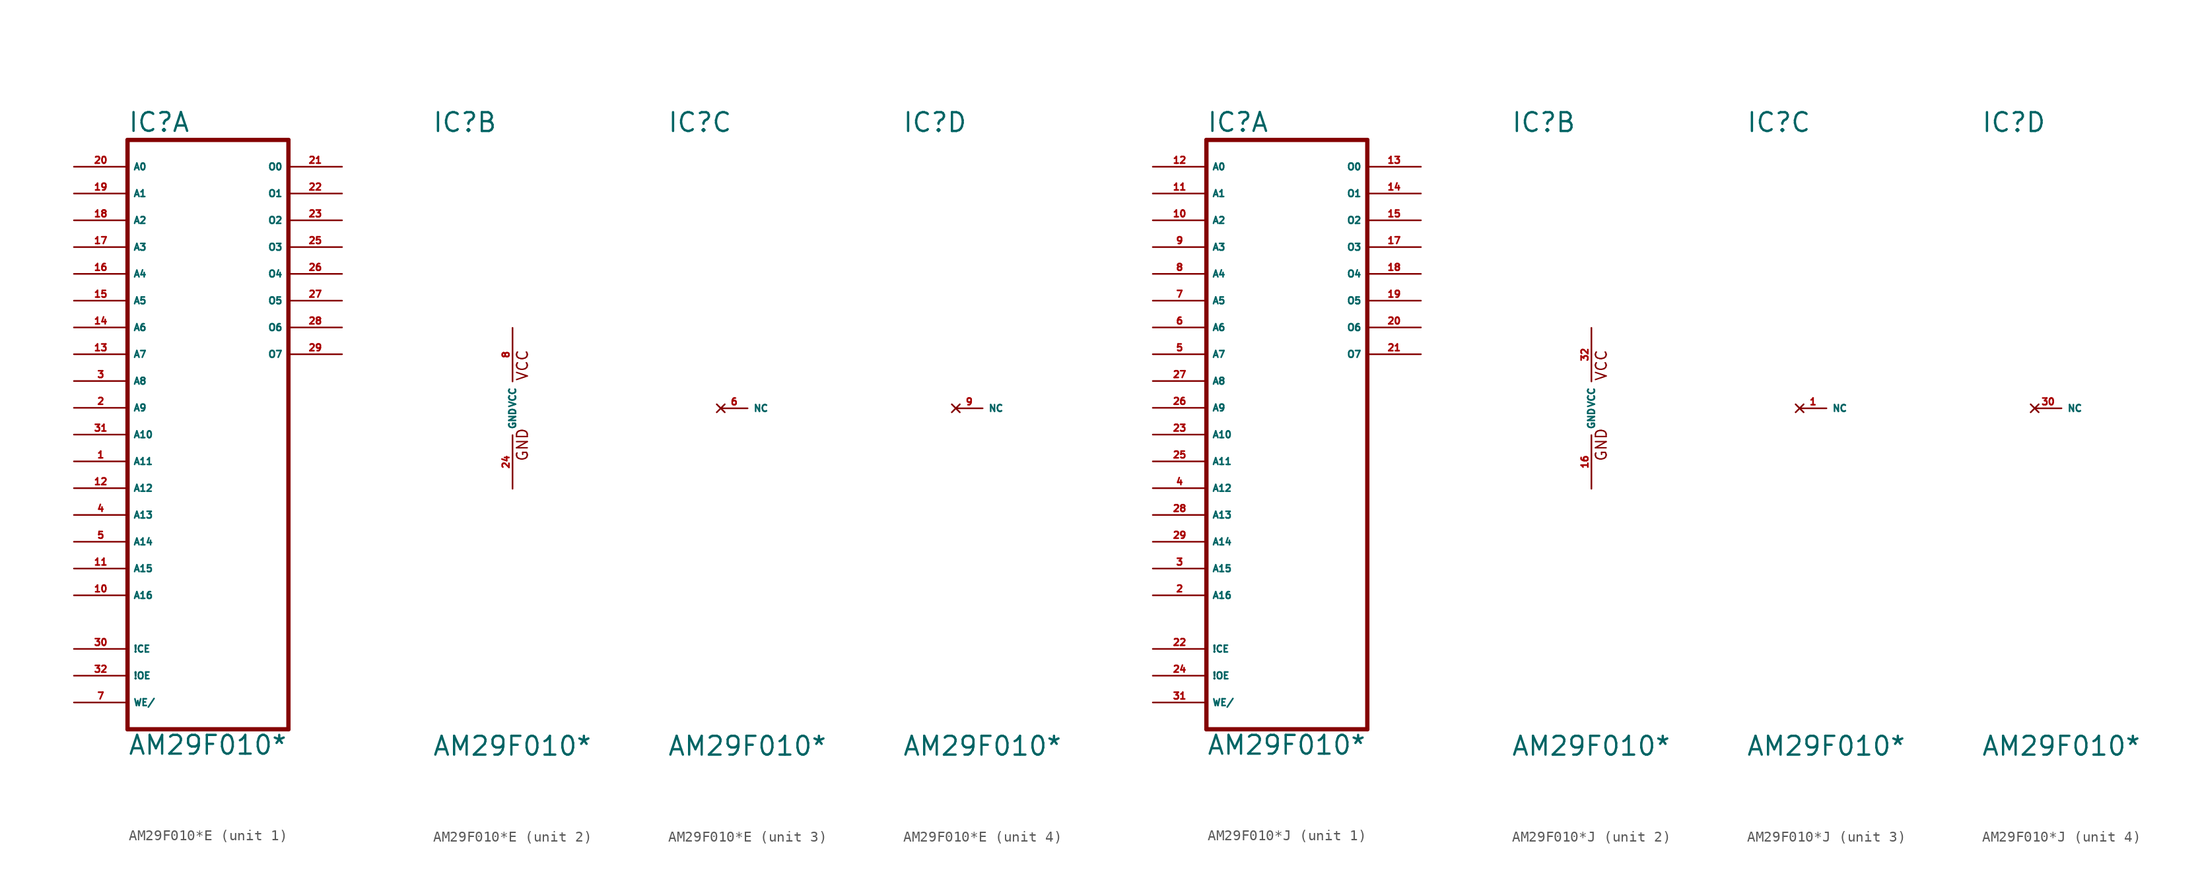
<source format=kicad_sym>
(kicad_symbol_lib
  (version 20220914)
  (generator Eagle2Kicad)
  (symbol "AM29F010*E"
    (property "Reference" "IC"
      (at -7.62 26.035 0)
      (effects (font (size 1.778 1.778) (thickness 0.22)) (justify left bottom)))
    (property "Value" "AM29F010*"
      (at -7.62 -33.02 0)
      (effects (font (size 1.778 1.778) (thickness 0.22)) (justify left bottom)))
    (symbol "AM29F010*E_1_0"
      (polyline (pts (xy -7.62 -30.48) (xy 7.62 -30.48)) (stroke (width 0.406) (type default)) (fill (type none)))
      (polyline (pts (xy 7.62 -30.48) (xy 7.62 25.4)) (stroke (width 0.406) (type default)) (fill (type none)))
      (polyline (pts (xy 7.62 25.4) (xy -7.62 25.4)) (stroke (width 0.406) (type default)) (fill (type none)))
      (polyline (pts (xy -7.62 25.4) (xy -7.62 -30.48)) (stroke (width 0.406) (type default)) (fill (type none)))
      (pin input line (at -12.7 -27.94 0) (length 5.08) (name "WE/" (effects (font (size 0.635 0.635) (thickness 0.08)) (justify left bottom))) (number "7" (effects (font (size 0.635 0.635) (thickness 0.08)) (justify left bottom))))
      (pin input line (at -12.7 -7.62 0) (length 5.08) (name "A12" (effects (font (size 0.635 0.635) (thickness 0.08)) (justify left bottom))) (number "12" (effects (font (size 0.635 0.635) (thickness 0.08)) (justify left bottom))))
      (pin input line (at -12.7 5.08 0) (length 5.08) (name "A7" (effects (font (size 0.635 0.635) (thickness 0.08)) (justify left bottom))) (number "13" (effects (font (size 0.635 0.635) (thickness 0.08)) (justify left bottom))))
      (pin input line (at -12.7 7.62 0) (length 5.08) (name "A6" (effects (font (size 0.635 0.635) (thickness 0.08)) (justify left bottom))) (number "14" (effects (font (size 0.635 0.635) (thickness 0.08)) (justify left bottom))))
      (pin input line (at -12.7 10.16 0) (length 5.08) (name "A5" (effects (font (size 0.635 0.635) (thickness 0.08)) (justify left bottom))) (number "15" (effects (font (size 0.635 0.635) (thickness 0.08)) (justify left bottom))))
      (pin input line (at -12.7 12.7 0) (length 5.08) (name "A4" (effects (font (size 0.635 0.635) (thickness 0.08)) (justify left bottom))) (number "16" (effects (font (size 0.635 0.635) (thickness 0.08)) (justify left bottom))))
      (pin input line (at -12.7 15.24 0) (length 5.08) (name "A3" (effects (font (size 0.635 0.635) (thickness 0.08)) (justify left bottom))) (number "17" (effects (font (size 0.635 0.635) (thickness 0.08)) (justify left bottom))))
      (pin input line (at -12.7 17.78 0) (length 5.08) (name "A2" (effects (font (size 0.635 0.635) (thickness 0.08)) (justify left bottom))) (number "18" (effects (font (size 0.635 0.635) (thickness 0.08)) (justify left bottom))))
      (pin input line (at -12.7 20.32 0) (length 5.08) (name "A1" (effects (font (size 0.635 0.635) (thickness 0.08)) (justify left bottom))) (number "19" (effects (font (size 0.635 0.635) (thickness 0.08)) (justify left bottom))))
      (pin input line (at -12.7 22.86 0) (length 5.08) (name "A0" (effects (font (size 0.635 0.635) (thickness 0.08)) (justify left bottom))) (number "20" (effects (font (size 0.635 0.635) (thickness 0.08)) (justify left bottom))))
      (pin tri_state line (at 12.7 22.86 180) (length 5.08) (name "O0" (effects (font (size 0.635 0.635) (thickness 0.08)) (justify left bottom))) (number "21" (effects (font (size 0.635 0.635) (thickness 0.08)) (justify left bottom))))
      (pin tri_state line (at 12.7 20.32 180) (length 5.08) (name "O1" (effects (font (size 0.635 0.635) (thickness 0.08)) (justify left bottom))) (number "22" (effects (font (size 0.635 0.635) (thickness 0.08)) (justify left bottom))))
      (pin tri_state line (at 12.7 17.78 180) (length 5.08) (name "O2" (effects (font (size 0.635 0.635) (thickness 0.08)) (justify left bottom))) (number "23" (effects (font (size 0.635 0.635) (thickness 0.08)) (justify left bottom))))
      (pin tri_state line (at 12.7 15.24 180) (length 5.08) (name "O3" (effects (font (size 0.635 0.635) (thickness 0.08)) (justify left bottom))) (number "25" (effects (font (size 0.635 0.635) (thickness 0.08)) (justify left bottom))))
      (pin tri_state line (at 12.7 12.7 180) (length 5.08) (name "O4" (effects (font (size 0.635 0.635) (thickness 0.08)) (justify left bottom))) (number "26" (effects (font (size 0.635 0.635) (thickness 0.08)) (justify left bottom))))
      (pin tri_state line (at 12.7 10.16 180) (length 5.08) (name "O5" (effects (font (size 0.635 0.635) (thickness 0.08)) (justify left bottom))) (number "27" (effects (font (size 0.635 0.635) (thickness 0.08)) (justify left bottom))))
      (pin tri_state line (at 12.7 7.62 180) (length 5.08) (name "O6" (effects (font (size 0.635 0.635) (thickness 0.08)) (justify left bottom))) (number "28" (effects (font (size 0.635 0.635) (thickness 0.08)) (justify left bottom))))
      (pin tri_state line (at 12.7 5.08 180) (length 5.08) (name "O7" (effects (font (size 0.635 0.635) (thickness 0.08)) (justify left bottom))) (number "29" (effects (font (size 0.635 0.635) (thickness 0.08)) (justify left bottom))))
      (pin input line (at -12.7 -22.86 0) (length 5.08) (name "!CE" (effects (font (size 0.635 0.635) (thickness 0.08)) (justify left bottom))) (number "30" (effects (font (size 0.635 0.635) (thickness 0.08)) (justify left bottom))))
      (pin input line (at -12.7 -2.54 0) (length 5.08) (name "A10" (effects (font (size 0.635 0.635) (thickness 0.08)) (justify left bottom))) (number "31" (effects (font (size 0.635 0.635) (thickness 0.08)) (justify left bottom))))
      (pin input line (at -12.7 -25.4 0) (length 5.08) (name "!OE" (effects (font (size 0.635 0.635) (thickness 0.08)) (justify left bottom))) (number "32" (effects (font (size 0.635 0.635) (thickness 0.08)) (justify left bottom))))
      (pin input line (at -12.7 -5.08 0) (length 5.08) (name "A11" (effects (font (size 0.635 0.635) (thickness 0.08)) (justify left bottom))) (number "1" (effects (font (size 0.635 0.635) (thickness 0.08)) (justify left bottom))))
      (pin input line (at -12.7 0 0) (length 5.08) (name "A9" (effects (font (size 0.635 0.635) (thickness 0.08)) (justify left bottom))) (number "2" (effects (font (size 0.635 0.635) (thickness 0.08)) (justify left bottom))))
      (pin input line (at -12.7 2.54 0) (length 5.08) (name "A8" (effects (font (size 0.635 0.635) (thickness 0.08)) (justify left bottom))) (number "3" (effects (font (size 0.635 0.635) (thickness 0.08)) (justify left bottom))))
      (pin input line (at -12.7 -10.16 0) (length 5.08) (name "A13" (effects (font (size 0.635 0.635) (thickness 0.08)) (justify left bottom))) (number "4" (effects (font (size 0.635 0.635) (thickness 0.08)) (justify left bottom))))
      (pin input line (at -12.7 -12.7 0) (length 5.08) (name "A14" (effects (font (size 0.635 0.635) (thickness 0.08)) (justify left bottom))) (number "5" (effects (font (size 0.635 0.635) (thickness 0.08)) (justify left bottom))))
      (pin input line (at -12.7 -15.24 0) (length 5.08) (name "A15" (effects (font (size 0.635 0.635) (thickness 0.08)) (justify left bottom))) (number "11" (effects (font (size 0.635 0.635) (thickness 0.08)) (justify left bottom))))
      (pin input line (at -12.7 -17.78 0) (length 5.08) (name "A16" (effects (font (size 0.635 0.635) (thickness 0.08)) (justify left bottom))) (number "10" (effects (font (size 0.635 0.635) (thickness 0.08)) (justify left bottom)))))
    (symbol "AM29F010*E_2_0"
      (text "GND" (at 1.524 -5.08 900) (effects (font (size 1.016 1.016) (thickness 0.13)) (justify left bottom)))
      (text "VCC" (at 1.524 2.54 900) (effects (font (size 1.016 1.016) (thickness 0.13)) (justify left bottom)))
      (pin unspecified line (at 0 7.62 270) (length 5.08) (name "VCC" (effects (font (size 0.635 0.635) (thickness 0.08)) (justify left bottom))) (number "8" (effects (font (size 0.635 0.635) (thickness 0.08)) (justify left bottom))))
      (pin unspecified line (at 0 -7.62 90) (length 5.08) (name "GND" (effects (font (size 0.635 0.635) (thickness 0.08)) (justify left bottom))) (number "24" (effects (font (size 0.635 0.635) (thickness 0.08)) (justify left bottom)))))
    (symbol "AM29F010*E_3_0"
      (pin no_connect line (at -2.54 0 0) (length 2.54) (name "NC" (effects (font (size 0.635 0.635) (thickness 0.08)) (justify left bottom) hide)) (number "6" (effects (font (size 0.635 0.635) (thickness 0.08)) (justify left bottom) hide))))
    (symbol "AM29F010*E_4_0"
      (pin no_connect line (at -2.54 0 0) (length 2.54) (name "NC" (effects (font (size 0.635 0.635) (thickness 0.08)) (justify left bottom) hide)) (number "9" (effects (font (size 0.635 0.635) (thickness 0.08)) (justify left bottom) hide)))))
  (symbol "AM29F010*J"
    (property "Reference" "IC"
      (at -7.62 26.035 0)
      (effects (font (size 1.778 1.778) (thickness 0.22)) (justify left bottom)))
    (property "Value" "AM29F010*"
      (at -7.62 -33.02 0)
      (effects (font (size 1.778 1.778) (thickness 0.22)) (justify left bottom)))
    (symbol "AM29F010*J_1_0"
      (polyline (pts (xy -7.62 -30.48) (xy 7.62 -30.48)) (stroke (width 0.406) (type default)) (fill (type none)))
      (polyline (pts (xy 7.62 -30.48) (xy 7.62 25.4)) (stroke (width 0.406) (type default)) (fill (type none)))
      (polyline (pts (xy 7.62 25.4) (xy -7.62 25.4)) (stroke (width 0.406) (type default)) (fill (type none)))
      (polyline (pts (xy -7.62 25.4) (xy -7.62 -30.48)) (stroke (width 0.406) (type default)) (fill (type none)))
      (pin input line (at -12.7 -27.94 0) (length 5.08) (name "WE/" (effects (font (size 0.635 0.635) (thickness 0.08)) (justify left bottom))) (number "31" (effects (font (size 0.635 0.635) (thickness 0.08)) (justify left bottom))))
      (pin input line (at -12.7 -7.62 0) (length 5.08) (name "A12" (effects (font (size 0.635 0.635) (thickness 0.08)) (justify left bottom))) (number "4" (effects (font (size 0.635 0.635) (thickness 0.08)) (justify left bottom))))
      (pin input line (at -12.7 5.08 0) (length 5.08) (name "A7" (effects (font (size 0.635 0.635) (thickness 0.08)) (justify left bottom))) (number "5" (effects (font (size 0.635 0.635) (thickness 0.08)) (justify left bottom))))
      (pin input line (at -12.7 7.62 0) (length 5.08) (name "A6" (effects (font (size 0.635 0.635) (thickness 0.08)) (justify left bottom))) (number "6" (effects (font (size 0.635 0.635) (thickness 0.08)) (justify left bottom))))
      (pin input line (at -12.7 10.16 0) (length 5.08) (name "A5" (effects (font (size 0.635 0.635) (thickness 0.08)) (justify left bottom))) (number "7" (effects (font (size 0.635 0.635) (thickness 0.08)) (justify left bottom))))
      (pin input line (at -12.7 12.7 0) (length 5.08) (name "A4" (effects (font (size 0.635 0.635) (thickness 0.08)) (justify left bottom))) (number "8" (effects (font (size 0.635 0.635) (thickness 0.08)) (justify left bottom))))
      (pin input line (at -12.7 15.24 0) (length 5.08) (name "A3" (effects (font (size 0.635 0.635) (thickness 0.08)) (justify left bottom))) (number "9" (effects (font (size 0.635 0.635) (thickness 0.08)) (justify left bottom))))
      (pin input line (at -12.7 17.78 0) (length 5.08) (name "A2" (effects (font (size 0.635 0.635) (thickness 0.08)) (justify left bottom))) (number "10" (effects (font (size 0.635 0.635) (thickness 0.08)) (justify left bottom))))
      (pin input line (at -12.7 20.32 0) (length 5.08) (name "A1" (effects (font (size 0.635 0.635) (thickness 0.08)) (justify left bottom))) (number "11" (effects (font (size 0.635 0.635) (thickness 0.08)) (justify left bottom))))
      (pin input line (at -12.7 22.86 0) (length 5.08) (name "A0" (effects (font (size 0.635 0.635) (thickness 0.08)) (justify left bottom))) (number "12" (effects (font (size 0.635 0.635) (thickness 0.08)) (justify left bottom))))
      (pin tri_state line (at 12.7 22.86 180) (length 5.08) (name "O0" (effects (font (size 0.635 0.635) (thickness 0.08)) (justify left bottom))) (number "13" (effects (font (size 0.635 0.635) (thickness 0.08)) (justify left bottom))))
      (pin tri_state line (at 12.7 20.32 180) (length 5.08) (name "O1" (effects (font (size 0.635 0.635) (thickness 0.08)) (justify left bottom))) (number "14" (effects (font (size 0.635 0.635) (thickness 0.08)) (justify left bottom))))
      (pin tri_state line (at 12.7 17.78 180) (length 5.08) (name "O2" (effects (font (size 0.635 0.635) (thickness 0.08)) (justify left bottom))) (number "15" (effects (font (size 0.635 0.635) (thickness 0.08)) (justify left bottom))))
      (pin tri_state line (at 12.7 15.24 180) (length 5.08) (name "O3" (effects (font (size 0.635 0.635) (thickness 0.08)) (justify left bottom))) (number "17" (effects (font (size 0.635 0.635) (thickness 0.08)) (justify left bottom))))
      (pin tri_state line (at 12.7 12.7 180) (length 5.08) (name "O4" (effects (font (size 0.635 0.635) (thickness 0.08)) (justify left bottom))) (number "18" (effects (font (size 0.635 0.635) (thickness 0.08)) (justify left bottom))))
      (pin tri_state line (at 12.7 10.16 180) (length 5.08) (name "O5" (effects (font (size 0.635 0.635) (thickness 0.08)) (justify left bottom))) (number "19" (effects (font (size 0.635 0.635) (thickness 0.08)) (justify left bottom))))
      (pin tri_state line (at 12.7 7.62 180) (length 5.08) (name "O6" (effects (font (size 0.635 0.635) (thickness 0.08)) (justify left bottom))) (number "20" (effects (font (size 0.635 0.635) (thickness 0.08)) (justify left bottom))))
      (pin tri_state line (at 12.7 5.08 180) (length 5.08) (name "O7" (effects (font (size 0.635 0.635) (thickness 0.08)) (justify left bottom))) (number "21" (effects (font (size 0.635 0.635) (thickness 0.08)) (justify left bottom))))
      (pin input line (at -12.7 -22.86 0) (length 5.08) (name "!CE" (effects (font (size 0.635 0.635) (thickness 0.08)) (justify left bottom))) (number "22" (effects (font (size 0.635 0.635) (thickness 0.08)) (justify left bottom))))
      (pin input line (at -12.7 -2.54 0) (length 5.08) (name "A10" (effects (font (size 0.635 0.635) (thickness 0.08)) (justify left bottom))) (number "23" (effects (font (size 0.635 0.635) (thickness 0.08)) (justify left bottom))))
      (pin input line (at -12.7 -25.4 0) (length 5.08) (name "!OE" (effects (font (size 0.635 0.635) (thickness 0.08)) (justify left bottom))) (number "24" (effects (font (size 0.635 0.635) (thickness 0.08)) (justify left bottom))))
      (pin input line (at -12.7 -5.08 0) (length 5.08) (name "A11" (effects (font (size 0.635 0.635) (thickness 0.08)) (justify left bottom))) (number "25" (effects (font (size 0.635 0.635) (thickness 0.08)) (justify left bottom))))
      (pin input line (at -12.7 0 0) (length 5.08) (name "A9" (effects (font (size 0.635 0.635) (thickness 0.08)) (justify left bottom))) (number "26" (effects (font (size 0.635 0.635) (thickness 0.08)) (justify left bottom))))
      (pin input line (at -12.7 2.54 0) (length 5.08) (name "A8" (effects (font (size 0.635 0.635) (thickness 0.08)) (justify left bottom))) (number "27" (effects (font (size 0.635 0.635) (thickness 0.08)) (justify left bottom))))
      (pin input line (at -12.7 -10.16 0) (length 5.08) (name "A13" (effects (font (size 0.635 0.635) (thickness 0.08)) (justify left bottom))) (number "28" (effects (font (size 0.635 0.635) (thickness 0.08)) (justify left bottom))))
      (pin input line (at -12.7 -12.7 0) (length 5.08) (name "A14" (effects (font (size 0.635 0.635) (thickness 0.08)) (justify left bottom))) (number "29" (effects (font (size 0.635 0.635) (thickness 0.08)) (justify left bottom))))
      (pin input line (at -12.7 -15.24 0) (length 5.08) (name "A15" (effects (font (size 0.635 0.635) (thickness 0.08)) (justify left bottom))) (number "3" (effects (font (size 0.635 0.635) (thickness 0.08)) (justify left bottom))))
      (pin input line (at -12.7 -17.78 0) (length 5.08) (name "A16" (effects (font (size 0.635 0.635) (thickness 0.08)) (justify left bottom))) (number "2" (effects (font (size 0.635 0.635) (thickness 0.08)) (justify left bottom)))))
    (symbol "AM29F010*J_2_0"
      (text "GND" (at 1.524 -5.08 900) (effects (font (size 1.016 1.016) (thickness 0.13)) (justify left bottom)))
      (text "VCC" (at 1.524 2.54 900) (effects (font (size 1.016 1.016) (thickness 0.13)) (justify left bottom)))
      (pin unspecified line (at 0 7.62 270) (length 5.08) (name "VCC" (effects (font (size 0.635 0.635) (thickness 0.08)) (justify left bottom))) (number "32" (effects (font (size 0.635 0.635) (thickness 0.08)) (justify left bottom))))
      (pin unspecified line (at 0 -7.62 90) (length 5.08) (name "GND" (effects (font (size 0.635 0.635) (thickness 0.08)) (justify left bottom))) (number "16" (effects (font (size 0.635 0.635) (thickness 0.08)) (justify left bottom)))))
    (symbol "AM29F010*J_3_0"
      (pin no_connect line (at -2.54 0 0) (length 2.54) (name "NC" (effects (font (size 0.635 0.635) (thickness 0.08)) (justify left bottom) hide)) (number "1" (effects (font (size 0.635 0.635) (thickness 0.08)) (justify left bottom) hide))))
    (symbol "AM29F010*J_4_0"
      (pin no_connect line (at -2.54 0 0) (length 2.54) (name "NC" (effects (font (size 0.635 0.635) (thickness 0.08)) (justify left bottom) hide)) (number "30" (effects (font (size 0.635 0.635) (thickness 0.08)) (justify left bottom) hide))))))
</source>
